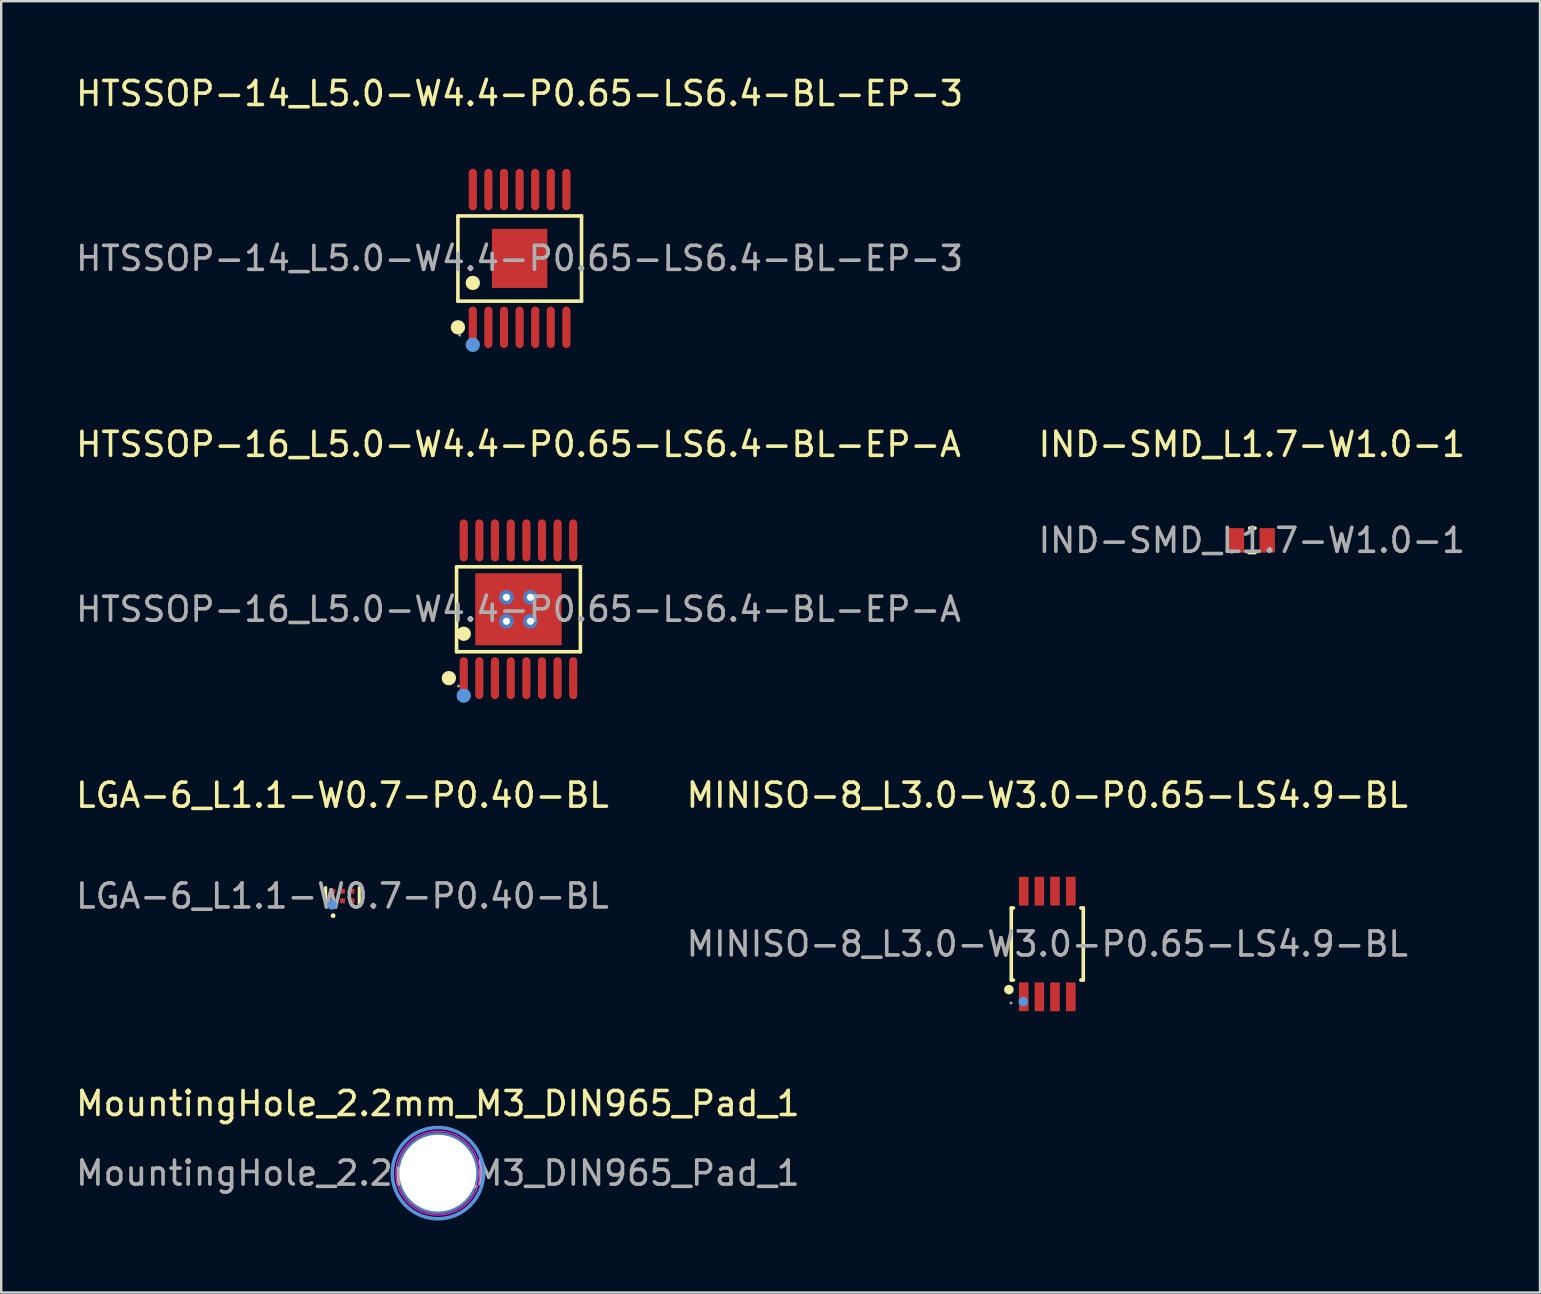
<source format=kicad_pcb>
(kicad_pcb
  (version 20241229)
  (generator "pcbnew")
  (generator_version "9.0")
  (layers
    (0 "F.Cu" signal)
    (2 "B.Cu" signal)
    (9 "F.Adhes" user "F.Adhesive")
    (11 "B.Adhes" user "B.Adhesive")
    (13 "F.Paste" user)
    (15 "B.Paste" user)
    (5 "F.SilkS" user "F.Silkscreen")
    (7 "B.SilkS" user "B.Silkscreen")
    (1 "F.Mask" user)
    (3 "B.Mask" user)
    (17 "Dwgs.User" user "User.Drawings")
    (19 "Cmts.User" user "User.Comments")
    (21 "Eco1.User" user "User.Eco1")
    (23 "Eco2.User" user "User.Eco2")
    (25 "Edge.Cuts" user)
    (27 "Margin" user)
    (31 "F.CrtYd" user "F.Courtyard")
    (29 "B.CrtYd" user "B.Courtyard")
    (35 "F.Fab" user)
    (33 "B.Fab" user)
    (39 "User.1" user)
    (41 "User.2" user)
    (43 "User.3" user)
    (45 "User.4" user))
  (footprint "MountingHole_2.2mm_M3_DIN965_Pad_1"
    (layer "F.Cu")
    (at 15.196 45.833)
    (property "Reference" "MountingHole_2.2mm_M3_DIN965_Pad_1" (at 0 -2.9 0) (layer "F.SilkS") (effects (font (size 1 1) (thickness 0.15))))
    (attr exclude_from_pos_files exclude_from_bom)
    (fp_circle (center 0 0) (end 1.9 0) (stroke (width 0.15) (type solid)) (fill no) (layer "Cmts.User"))
    (fp_circle (center 0 0) (end 1.75 0) (stroke (width 0.05) (type solid)) (fill no) (layer "F.CrtYd"))
    (fp_text user "${REFERENCE}" (at 0 0 0) (layer "F.Fab") (effects (font (size 1 1) (thickness 0.15))))
    (pad "1" thru_hole circle (at 0 0) (size 3.4 3.4) (drill 3.2) (layers "*.Cu" "*.Mask")))
  (footprint "HTSSOP-14_L5.0-W4.4-P0.65-LS6.4-BL-EP-3"
    (layer "F.Cu")
    (at 18.601 7.718)
    (property "Reference" "HTSSOP-14_L5.0-W4.4-P0.65-LS6.4-BL-EP-3" (at 0 -6.87 0) (layer "F.SilkS") (effects (font (size 1 1) (thickness 0.15))))
    (attr smd)
    (fp_line (start -2.57 -1.77) (end 2.58 -1.77) (stroke (width 0.15) (type solid)) (layer "F.SilkS"))
    (fp_line (start -2.57 1.78) (end -2.57 -1.77) (stroke (width 0.15) (type solid)) (layer "F.SilkS"))
    (fp_line (start 2.58 -1.77) (end 2.58 1.78) (stroke (width 0.15) (type solid)) (layer "F.SilkS"))
    (fp_line (start 2.58 1.78) (end -2.57 1.78) (stroke (width 0.15) (type solid)) (layer "F.SilkS"))
    (fp_circle (center -2.57 2.87) (end -2.42 2.87) (stroke (width 0.3) (type solid)) (fill no) (layer "F.SilkS"))
    (fp_circle (center -1.95 1.02) (end -1.8 1.02) (stroke (width 0.3) (type solid)) (fill no) (layer "F.SilkS"))
    (fp_circle (center -1.95 3.6) (end -1.8 3.6) (stroke (width 0.3) (type solid)) (fill no) (layer "Cmts.User"))
    (fp_circle (center -2.5 3.2) (end -2.47 3.2) (stroke (width 0.06) (type solid)) (fill no) (layer "F.Fab"))
    (fp_text user "${REFERENCE}" (at 0 0 0) (layer "F.Fab") (effects (font (size 1 1) (thickness 0.15))))
    (pad "1" smd oval (at -1.95 2.87) (size 0.34 1.73) (layers "F.Cu" "F.Mask" "F.Paste"))
    (pad "2" smd oval (at -1.3 2.87) (size 0.34 1.73) (layers "F.Cu" "F.Mask" "F.Paste"))
    (pad "3" smd oval (at -0.65 2.87) (size 0.34 1.73) (layers "F.Cu" "F.Mask" "F.Paste"))
    (pad "4" smd oval (at 0 2.87) (size 0.34 1.73) (layers "F.Cu" "F.Mask" "F.Paste"))
    (pad "5" smd oval (at 0.65 2.87) (size 0.34 1.73) (layers "F.Cu" "F.Mask" "F.Paste"))
    (pad "6" smd oval (at 1.3 2.87) (size 0.34 1.73) (layers "F.Cu" "F.Mask" "F.Paste"))
    (pad "7" smd oval (at 1.95 2.87) (size 0.34 1.73) (layers "F.Cu" "F.Mask" "F.Paste"))
    (pad "8" smd oval (at 1.95 -2.87) (size 0.34 1.73) (layers "F.Cu" "F.Mask" "F.Paste"))
    (pad "9" smd oval (at 1.3 -2.87) (size 0.34 1.73) (layers "F.Cu" "F.Mask" "F.Paste"))
    (pad "10" smd oval (at 0.65 -2.87) (size 0.34 1.73) (layers "F.Cu" "F.Mask" "F.Paste"))
    (pad "11" smd oval (at 0 -2.87) (size 0.34 1.73) (layers "F.Cu" "F.Mask" "F.Paste"))
    (pad "12" smd oval (at -0.65 -2.87) (size 0.34 1.73) (layers "F.Cu" "F.Mask" "F.Paste"))
    (pad "13" smd oval (at -1.3 -2.87) (size 0.34 1.73) (layers "F.Cu" "F.Mask" "F.Paste"))
    (pad "14" smd oval (at -1.95 -2.87) (size 0.34 1.73) (layers "F.Cu" "F.Mask" "F.Paste"))
    (pad "15" smd rect (at 0 0) (size 2.31 2.46) (layers "F.Cu" "F.Mask" "F.Paste")))
  (footprint "MINISO-8_L3.0-W3.0-P0.65-LS4.9-BL"
    (layer "F.Cu")
    (at 40.589 36.285)
    (property "Reference" "MINISO-8_L3.0-W3.0-P0.65-LS4.9-BL" (at 0 -6.2 0) (layer "F.SilkS") (effects (font (size 1 1) (thickness 0.15))))
    (attr smd)
    (fp_line (start -1.5 -1.5) (end -1.41 -1.5) (stroke (width 0.15) (type solid)) (layer "F.SilkS"))
    (fp_line (start -1.5 1.5) (end -1.5 -1.5) (stroke (width 0.15) (type solid)) (layer "F.SilkS"))
    (fp_line (start -1.41 1.5) (end -1.5 1.5) (stroke (width 0.15) (type solid)) (layer "F.SilkS"))
    (fp_line (start 1.4 -1.5) (end 1.5 -1.5) (stroke (width 0.15) (type solid)) (layer "F.SilkS"))
    (fp_line (start 1.5 -1.5) (end 1.5 1.5) (stroke (width 0.15) (type solid)) (layer "F.SilkS"))
    (fp_line (start 1.5 1.5) (end 1.4 1.5) (stroke (width 0.15) (type solid)) (layer "F.SilkS"))
    (fp_circle (center -1.6 1.9) (end -1.5 1.9) (stroke (width 0.2) (type solid)) (fill no) (layer "F.SilkS"))
    (fp_circle (center -1 2.4) (end -0.9 2.4) (stroke (width 0.2) (type solid)) (fill no) (layer "Cmts.User"))
    (fp_circle (center -1.51 2.46) (end -1.48 2.46) (stroke (width 0.06) (type solid)) (fill no) (layer "F.Fab"))
    (fp_text user "${REFERENCE}" (at 0 0 0) (layer "F.Fab") (effects (font (size 1 1) (thickness 0.15))))
    (pad "1" smd rect (at -0.98 2.2 180) (size 0.4 1.2) (layers "F.Cu" "F.Mask" "F.Paste"))
    (pad "2" smd rect (at -0.33 2.2 180) (size 0.4 1.2) (layers "F.Cu" "F.Mask" "F.Paste"))
    (pad "3" smd rect (at 0.32 2.2 180) (size 0.4 1.2) (layers "F.Cu" "F.Mask" "F.Paste"))
    (pad "4" smd rect (at 0.98 2.2 180) (size 0.4 1.2) (layers "F.Cu" "F.Mask" "F.Paste"))
    (pad "5" smd rect (at 0.98 -2.2 180) (size 0.4 1.2) (layers "F.Cu" "F.Mask" "F.Paste"))
    (pad "6" smd rect (at 0.32 -2.2 180) (size 0.4 1.2) (layers "F.Cu" "F.Mask" "F.Paste"))
    (pad "7" smd rect (at -0.33 -2.2 180) (size 0.4 1.2) (layers "F.Cu" "F.Mask" "F.Paste"))
    (pad "8" smd rect (at -0.98 -2.2 180) (size 0.4 1.2) (layers "F.Cu" "F.Mask" "F.Paste")))
  (footprint "HTSSOP-16_L5.0-W4.4-P0.65-LS6.4-BL-EP-A"
    (layer "F.Cu")
    (at 18.554 22.337)
    (property "Reference" "HTSSOP-16_L5.0-W4.4-P0.65-LS6.4-BL-EP-A" (at 0 -6.87 0) (layer "F.SilkS") (effects (font (size 1 1) (thickness 0.15))))
    (attr smd)
    (fp_line (start -2.58 -1.77) (end 2.58 -1.77) (stroke (width 0.15) (type solid)) (layer "F.SilkS"))
    (fp_line (start -2.58 1.77) (end -2.58 -1.77) (stroke (width 0.15) (type solid)) (layer "F.SilkS"))
    (fp_line (start 2.58 -1.77) (end 2.58 1.77) (stroke (width 0.15) (type solid)) (layer "F.SilkS"))
    (fp_line (start 2.58 1.77) (end -2.58 1.77) (stroke (width 0.15) (type solid)) (layer "F.SilkS"))
    (fp_circle (center -2.9 2.87) (end -2.75 2.87) (stroke (width 0.3) (type solid)) (fill no) (layer "F.SilkS"))
    (fp_circle (center -2.28 1.02) (end -2.13 1.02) (stroke (width 0.3) (type solid)) (fill no) (layer "F.SilkS"))
    (fp_circle (center -2.28 3.6) (end -2.13 3.6) (stroke (width 0.3) (type solid)) (fill no) (layer "Cmts.User"))
    (fp_circle (center -2.5 3.2) (end -2.47 3.2) (stroke (width 0.06) (type solid)) (fill no) (layer "F.Fab"))
    (fp_text user "${REFERENCE}" (at 0 0 0) (layer "F.Fab") (effects (font (size 1 1) (thickness 0.15))))
    (pad "" thru_hole circle (at -0.5 -0.5) (size 0.61 0.61) (drill 0.3) (layers "*.Cu" "*.Paste" "*.Mask"))
    (pad "" thru_hole circle (at -0.5 0.5) (size 0.61 0.61) (drill 0.3) (layers "*.Cu" "*.Paste" "*.Mask"))
    (pad "" thru_hole circle (at 0.5 -0.5) (size 0.61 0.61) (drill 0.3) (layers "*.Cu" "*.Paste" "*.Mask"))
    (pad "" thru_hole circle (at 0.5 0.5) (size 0.61 0.61) (drill 0.3) (layers "*.Cu" "*.Paste" "*.Mask"))
    (pad "1" smd oval (at -2.28 2.87) (size 0.34 1.75) (layers "F.Cu" "F.Mask" "F.Paste"))
    (pad "2" smd oval (at -1.63 2.87) (size 0.34 1.75) (layers "F.Cu" "F.Mask" "F.Paste"))
    (pad "3" smd oval (at -0.98 2.87) (size 0.34 1.75) (layers "F.Cu" "F.Mask" "F.Paste"))
    (pad "4" smd oval (at -0.32 2.87) (size 0.34 1.75) (layers "F.Cu" "F.Mask" "F.Paste"))
    (pad "5" smd oval (at 0.33 2.87) (size 0.34 1.75) (layers "F.Cu" "F.Mask" "F.Paste"))
    (pad "6" smd oval (at 0.98 2.87) (size 0.34 1.75) (layers "F.Cu" "F.Mask" "F.Paste"))
    (pad "7" smd oval (at 1.63 2.87) (size 0.34 1.75) (layers "F.Cu" "F.Mask" "F.Paste"))
    (pad "8" smd oval (at 2.28 2.87) (size 0.34 1.75) (layers "F.Cu" "F.Mask" "F.Paste"))
    (pad "9" smd oval (at 2.28 -2.87) (size 0.34 1.75) (layers "F.Cu" "F.Mask" "F.Paste"))
    (pad "10" smd oval (at 1.63 -2.87) (size 0.34 1.75) (layers "F.Cu" "F.Mask" "F.Paste"))
    (pad "11" smd oval (at 0.98 -2.87) (size 0.34 1.75) (layers "F.Cu" "F.Mask" "F.Paste"))
    (pad "12" smd oval (at 0.33 -2.87) (size 0.34 1.75) (layers "F.Cu" "F.Mask" "F.Paste"))
    (pad "13" smd oval (at -0.32 -2.87) (size 0.34 1.75) (layers "F.Cu" "F.Mask" "F.Paste"))
    (pad "14" smd oval (at -0.98 -2.87) (size 0.34 1.75) (layers "F.Cu" "F.Mask" "F.Paste"))
    (pad "15" smd oval (at -1.63 -2.87) (size 0.34 1.75) (layers "F.Cu" "F.Mask" "F.Paste"))
    (pad "16" smd oval (at -2.28 -2.87) (size 0.34 1.75) (layers "F.Cu" "F.Mask" "F.Paste"))
    (pad "17" smd rect (at 0 0) (size 3.6 3) (layers "F.Cu" "F.Mask" "F.Paste")))
  (footprint "IND-SMD_L1.7-W1.0-1"
    (layer "F.Cu")
    (at 49.113 19.466)
    (property "Reference" "IND-SMD_L1.7-W1.0-1" (at 0 -4 0) (layer "F.SilkS") (effects (font (size 1 1) (thickness 0.15))))
    (attr smd)
    (fp_line (start -0.13 0.51) (end 0.13 0.51) (stroke (width 0.15) (type solid)) (layer "F.SilkS"))
    (fp_line (start -0.09 -0.51) (end 0.13 -0.51) (stroke (width 0.15) (type solid)) (layer "F.SilkS"))
    (fp_circle (center -0.83 0.5) (end -0.8 0.5) (stroke (width 0.06) (type solid)) (fill no) (layer "F.Fab"))
    (fp_text user "${REFERENCE}" (at 0 0 0) (layer "F.Fab") (effects (font (size 1 1) (thickness 0.15))))
    (pad "1" smd rect (at -0.64 0) (size 0.64 1.02) (layers "F.Cu" "F.Mask" "F.Paste"))
    (pad "2" smd rect (at 0.64 0) (size 0.64 1.02) (layers "F.Cu" "F.Mask" "F.Paste")))
  (footprint "LGA-6_L1.1-W0.7-P0.40-BL"
    (layer "F.Cu")
    (at 11.22 34.285)
    (property "Reference" "LGA-6_L1.1-W0.7-P0.40-BL" (at 0 -4.2 0) (layer "F.SilkS") (effects (font (size 1 1) (thickness 0.15))))
    (attr smd)
    (fp_line (start -0.7 0.35) (end -0.7 -0.35) (stroke (width 0.13) (type solid)) (layer "F.SilkS"))
    (fp_line (start 0.7 0.35) (end 0.7 -0.35) (stroke (width 0.13) (type solid)) (layer "F.SilkS"))
    (fp_circle (center -0.39 0.82) (end -0.34 0.82) (stroke (width 0.1) (type solid)) (fill no) (layer "F.SilkS"))
    (fp_circle (center -0.44 0.37) (end -0.34 0.37) (stroke (width 0.2) (type solid)) (fill no) (layer "Cmts.User"))
    (fp_circle (center -0.55 0.35) (end -0.52 0.35) (stroke (width 0.06) (type solid)) (fill no) (layer "F.Fab"))
    (fp_text user "${REFERENCE}" (at 0 0 0) (layer "F.Fab") (effects (font (size 1 1) (thickness 0.15))))
    (pad "1" smd rect (at -0.4 0.2 180) (size 0.2 0.2) (layers "F.Cu" "F.Mask" "F.Paste"))
    (pad "2" smd rect (at 0 0.2 180) (size 0.2 0.2) (layers "F.Cu" "F.Mask" "F.Paste"))
    (pad "3" smd rect (at 0.4 0.2 180) (size 0.2 0.2) (layers "F.Cu" "F.Mask" "F.Paste"))
    (pad "4" smd rect (at 0.4 -0.2 180) (size 0.2 0.2) (layers "F.Cu" "F.Mask" "F.Paste"))
    (pad "5" smd rect (at 0 -0.2 180) (size 0.2 0.2) (layers "F.Cu" "F.Mask" "F.Paste"))
    (pad "6" smd rect (at -0.4 -0.2 180) (size 0.2 0.2) (layers "F.Cu" "F.Mask" "F.Paste")))
  (gr_rect
    (start -3 -3)
    (end 61.119 50.808)
    (stroke (width 0.1) (type default))
    (fill no)
    (layer "Edge.Cuts")))
</source>
